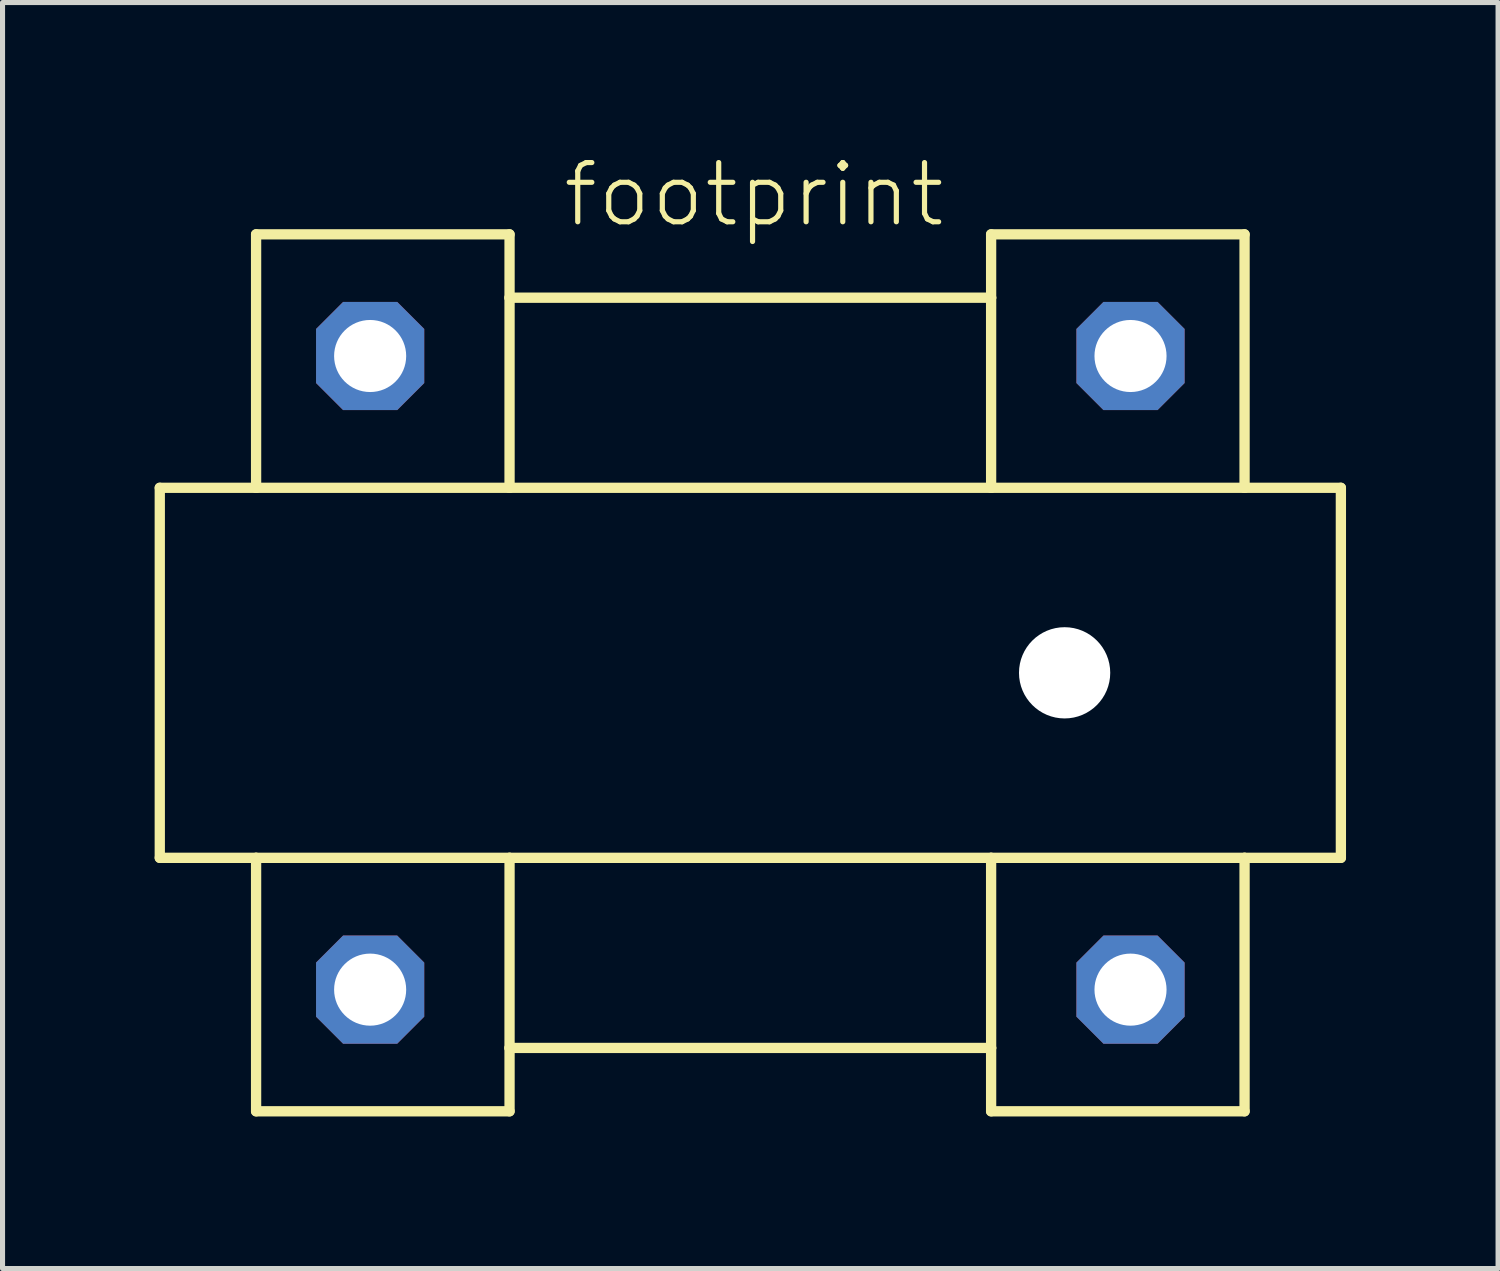
<source format=kicad_pcb>
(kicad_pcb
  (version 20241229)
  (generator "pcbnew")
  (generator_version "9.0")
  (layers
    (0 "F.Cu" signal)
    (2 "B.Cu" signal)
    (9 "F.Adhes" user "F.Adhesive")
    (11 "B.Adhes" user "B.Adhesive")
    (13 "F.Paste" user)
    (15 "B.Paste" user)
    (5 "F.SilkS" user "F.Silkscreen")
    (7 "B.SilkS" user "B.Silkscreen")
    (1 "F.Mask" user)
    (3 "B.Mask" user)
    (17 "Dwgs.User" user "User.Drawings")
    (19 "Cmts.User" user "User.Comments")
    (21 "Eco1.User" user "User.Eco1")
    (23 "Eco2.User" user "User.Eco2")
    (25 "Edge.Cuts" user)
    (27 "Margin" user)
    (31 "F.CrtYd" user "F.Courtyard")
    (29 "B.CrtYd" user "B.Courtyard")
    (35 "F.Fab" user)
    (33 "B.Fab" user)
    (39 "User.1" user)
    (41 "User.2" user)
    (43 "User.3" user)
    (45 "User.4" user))
  (footprint "footprint"
    (layer "F.Cu")
    (at 11.752 10.223)
    (property "Reference" "footprint" (at -3.75 -8.75 0) (layer "F.SilkS") (effects (font (size 1.168 1.168) (thickness 0.102)) (justify left bottom)))
    (fp_line (start -11.65 -3.65) (end -11.65 3.65) (stroke (width 0.203) (type solid)) (layer "F.SilkS"))
    (fp_line (start -11.65 3.65) (end -9.75 3.65) (stroke (width 0.203) (type solid)) (layer "F.SilkS"))
    (fp_line (start -9.75 -8.65) (end -9.75 -3.65) (stroke (width 0.203) (type solid)) (layer "F.SilkS"))
    (fp_line (start -9.75 -3.65) (end -11.65 -3.65) (stroke (width 0.203) (type solid)) (layer "F.SilkS"))
    (fp_line (start -9.75 3.65) (end -9.75 8.65) (stroke (width 0.203) (type solid)) (layer "F.SilkS"))
    (fp_line (start -9.75 3.65) (end -4.75 3.65) (stroke (width 0.203) (type solid)) (layer "F.SilkS"))
    (fp_line (start -9.75 8.65) (end -4.75 8.65) (stroke (width 0.203) (type solid)) (layer "F.SilkS"))
    (fp_line (start -4.75 -8.65) (end -9.75 -8.65) (stroke (width 0.203) (type solid)) (layer "F.SilkS"))
    (fp_line (start -4.75 -8.65) (end -4.75 -7.4) (stroke (width 0.203) (type solid)) (layer "F.SilkS"))
    (fp_line (start -4.75 -7.4) (end -4.75 -3.65) (stroke (width 0.203) (type solid)) (layer "F.SilkS"))
    (fp_line (start -4.75 -3.65) (end -9.75 -3.65) (stroke (width 0.203) (type solid)) (layer "F.SilkS"))
    (fp_line (start -4.75 3.65) (end -4.75 7.4) (stroke (width 0.203) (type solid)) (layer "F.SilkS"))
    (fp_line (start -4.75 3.65) (end 4.75 3.65) (stroke (width 0.203) (type solid)) (layer "F.SilkS"))
    (fp_line (start -4.75 7.4) (end -4.75 8.65) (stroke (width 0.203) (type solid)) (layer "F.SilkS"))
    (fp_line (start -4.75 7.4) (end 4.75 7.4) (stroke (width 0.203) (type solid)) (layer "F.SilkS"))
    (fp_line (start 4.75 -7.4) (end -4.75 -7.4) (stroke (width 0.203) (type solid)) (layer "F.SilkS"))
    (fp_line (start 4.75 -7.4) (end 4.75 -8.65) (stroke (width 0.203) (type solid)) (layer "F.SilkS"))
    (fp_line (start 4.75 -3.65) (end -4.75 -3.65) (stroke (width 0.203) (type solid)) (layer "F.SilkS"))
    (fp_line (start 4.75 -3.65) (end 4.75 -7.4) (stroke (width 0.203) (type solid)) (layer "F.SilkS"))
    (fp_line (start 4.75 3.65) (end 9.75 3.65) (stroke (width 0.203) (type solid)) (layer "F.SilkS"))
    (fp_line (start 4.75 7.4) (end 4.75 3.65) (stroke (width 0.203) (type solid)) (layer "F.SilkS"))
    (fp_line (start 4.75 8.65) (end 4.75 7.4) (stroke (width 0.203) (type solid)) (layer "F.SilkS"))
    (fp_line (start 4.75 8.65) (end 9.75 8.65) (stroke (width 0.203) (type solid)) (layer "F.SilkS"))
    (fp_line (start 9.75 -8.65) (end 4.75 -8.65) (stroke (width 0.203) (type solid)) (layer "F.SilkS"))
    (fp_line (start 9.75 -3.65) (end 4.75 -3.65) (stroke (width 0.203) (type solid)) (layer "F.SilkS"))
    (fp_line (start 9.75 -3.65) (end 9.75 -8.65) (stroke (width 0.203) (type solid)) (layer "F.SilkS"))
    (fp_line (start 9.75 3.65) (end 11.65 3.65) (stroke (width 0.203) (type solid)) (layer "F.SilkS"))
    (fp_line (start 9.75 8.65) (end 9.75 3.65) (stroke (width 0.203) (type solid)) (layer "F.SilkS"))
    (fp_line (start 11.65 -3.65) (end 9.75 -3.65) (stroke (width 0.203) (type solid)) (layer "F.SilkS"))
    (fp_line (start 11.65 3.65) (end 11.65 -3.65) (stroke (width 0.203) (type solid)) (layer "F.SilkS"))
    (pad "" np_thru_hole circle (at 6.2 0) (size 1.8 1.8) (drill 1.8) (layers "*.Cu" "*.Mask"))
    (pad "1" thru_hole roundrect (at -7.5 6.25) (size 2.134 2.134) (drill 1.422) (layers "*.Cu" "*.Mask") (roundrect_rratio 0.25) (chamfer_ratio 0.25) (chamfer top_left top_right bottom_left bottom_right))
    (pad "2" thru_hole roundrect (at -7.5 -6.25) (size 2.134 2.134) (drill 1.422) (layers "*.Cu" "*.Mask") (roundrect_rratio 0.25) (chamfer_ratio 0.25) (chamfer top_left top_right bottom_left bottom_right))
    (pad "3" thru_hole roundrect (at 7.5 6.25) (size 2.134 2.134) (drill 1.422) (layers "*.Cu" "*.Mask") (roundrect_rratio 0.25) (chamfer_ratio 0.25) (chamfer top_left top_right bottom_left bottom_right))
    (pad "4" thru_hole roundrect (at 7.5 -6.25) (size 2.134 2.134) (drill 1.422) (layers "*.Cu" "*.Mask") (roundrect_rratio 0.25) (chamfer_ratio 0.25) (chamfer top_left top_right bottom_left bottom_right)))
  (gr_rect
    (start -3 -3)
    (end 26.503 21.975)
    (stroke (width 0.1) (type default))
    (fill no)
    (layer "Edge.Cuts")))
</source>
